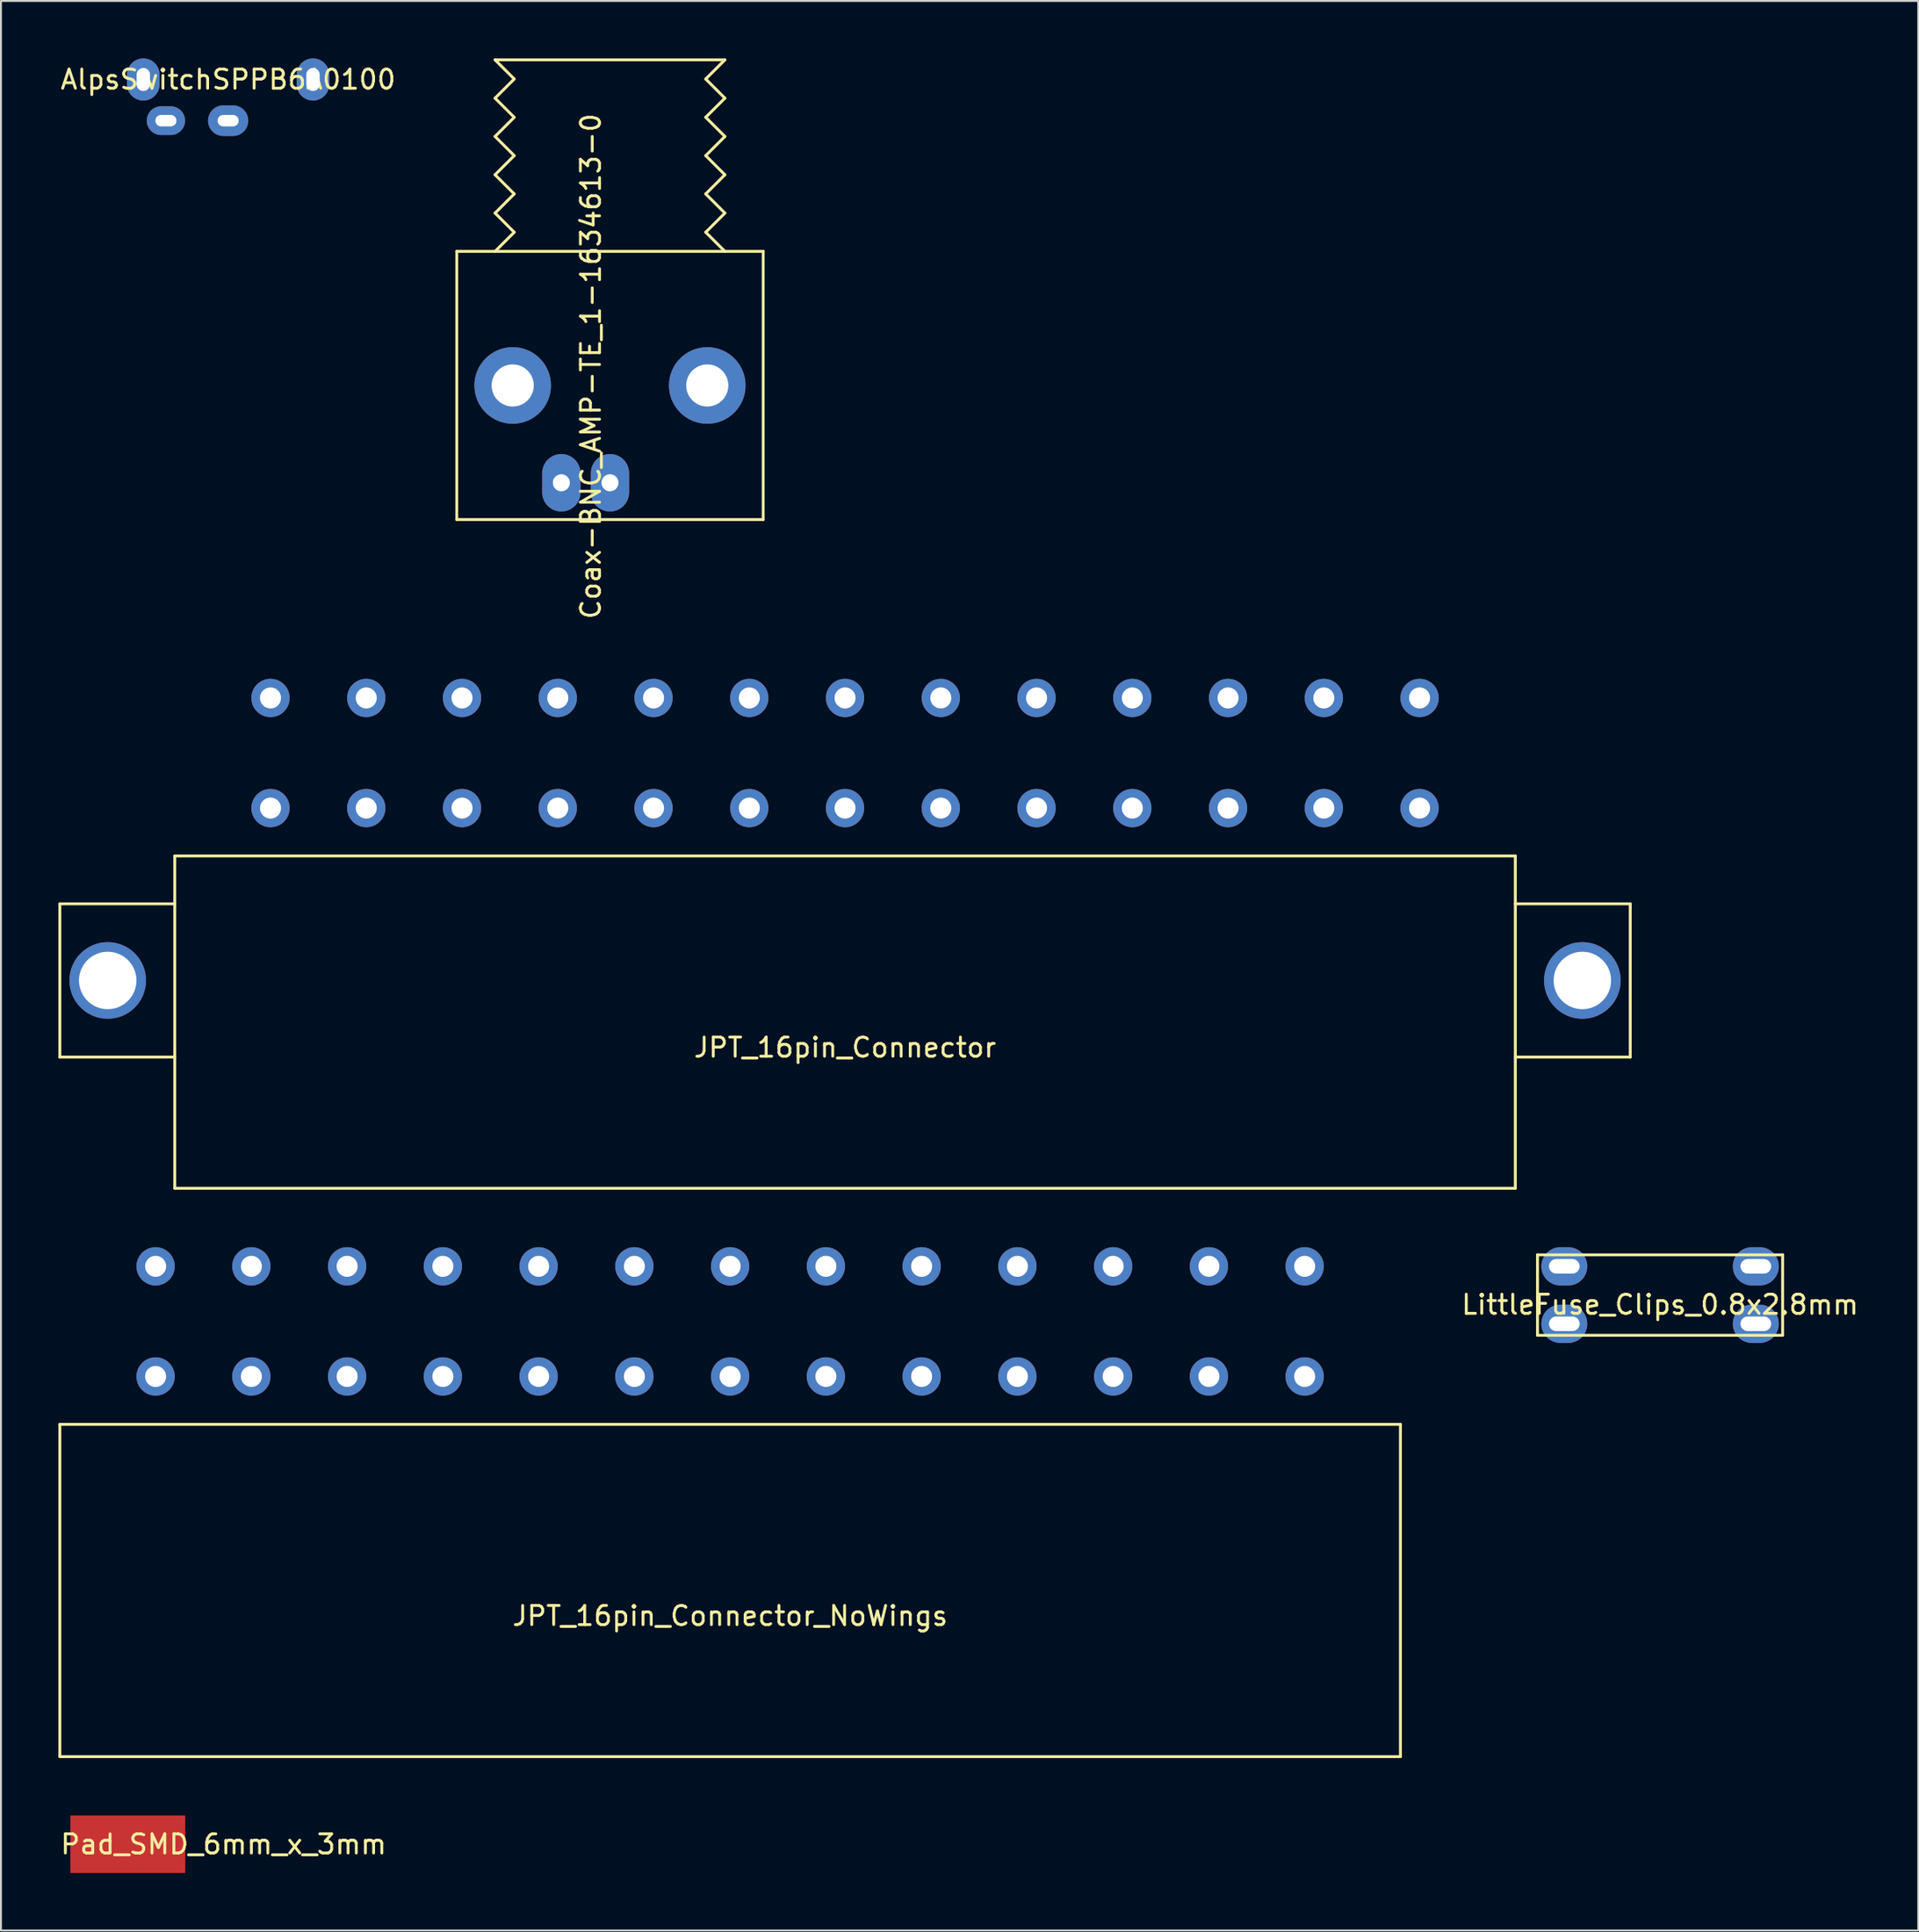
<source format=kicad_pcb>
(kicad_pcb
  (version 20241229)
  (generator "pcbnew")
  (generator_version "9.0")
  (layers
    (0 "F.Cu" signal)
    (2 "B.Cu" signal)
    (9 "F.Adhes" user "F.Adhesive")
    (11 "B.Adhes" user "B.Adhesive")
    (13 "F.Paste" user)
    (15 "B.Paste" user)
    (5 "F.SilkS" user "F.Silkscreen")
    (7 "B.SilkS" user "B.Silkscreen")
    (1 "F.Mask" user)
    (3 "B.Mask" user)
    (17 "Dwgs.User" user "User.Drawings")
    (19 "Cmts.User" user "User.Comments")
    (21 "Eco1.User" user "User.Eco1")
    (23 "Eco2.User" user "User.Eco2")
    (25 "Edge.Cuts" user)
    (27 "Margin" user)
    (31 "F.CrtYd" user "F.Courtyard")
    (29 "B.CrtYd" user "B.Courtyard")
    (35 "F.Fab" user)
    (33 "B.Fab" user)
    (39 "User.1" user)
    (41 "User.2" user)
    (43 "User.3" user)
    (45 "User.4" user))
  (footprint "JPT_16pin_Connector"
    (layer "F.Cu")
    (at 41.075 41.64)
    (property "Reference" "JPT_16pin_Connector" (at 0 10 0) (layer "F.SilkS") (effects (font (size 1 1) (thickness 0.15))))
    (attr through_hole)
    (fp_line (start -41 2.5) (end -41 10.5) (stroke (width 0.15) (type solid)) (layer "F.SilkS"))
    (fp_line (start -41 10.5) (end -35 10.5) (stroke (width 0.15) (type solid)) (layer "F.SilkS"))
    (fp_line (start -35 0) (end -35 17.35) (stroke (width 0.15) (type solid)) (layer "F.SilkS"))
    (fp_line (start -35 2.5) (end -41 2.5) (stroke (width 0.15) (type solid)) (layer "F.SilkS"))
    (fp_line (start -35 17.35) (end 35 17.35) (stroke (width 0.15) (type solid)) (layer "F.SilkS"))
    (fp_line (start 35 0) (end -35 0) (stroke (width 0.15) (type solid)) (layer "F.SilkS"))
    (fp_line (start 35 2.5) (end 41 2.5) (stroke (width 0.15) (type solid)) (layer "F.SilkS"))
    (fp_line (start 35 17.35) (end 35 0) (stroke (width 0.15) (type solid)) (layer "F.SilkS"))
    (fp_line (start 41 2.5) (end 41 10.5) (stroke (width 0.15) (type solid)) (layer "F.SilkS"))
    (fp_line (start 41 10.5) (end 35 10.5) (stroke (width 0.15) (type solid)) (layer "F.SilkS"))
    (pad "1" thru_hole circle (at 30 -2.5) (size 2 2) (drill 1.1) (layers "*.Cu" "*.Mask"))
    (pad "2" thru_hole circle (at 30 -8.25) (size 2 2) (drill 1.1) (layers "*.Cu" "*.Mask"))
    (pad "3" thru_hole circle (at 25 -2.5) (size 2 2) (drill 1.1) (layers "*.Cu" "*.Mask"))
    (pad "4" thru_hole circle (at 25 -8.25) (size 2 2) (drill 1.1) (layers "*.Cu" "*.Mask"))
    (pad "5" thru_hole circle (at 20 -2.5) (size 2 2) (drill 1.1) (layers "*.Cu" "*.Mask"))
    (pad "6" thru_hole circle (at 20 -8.25) (size 2 2) (drill 1.1) (layers "*.Cu" "*.Mask"))
    (pad "7" thru_hole circle (at 15 -2.5) (size 2 2) (drill 1.1) (layers "*.Cu" "*.Mask"))
    (pad "8" thru_hole circle (at 15 -8.25) (size 2 2) (drill 1.1) (layers "*.Cu" "*.Mask"))
    (pad "9" thru_hole circle (at 10 -2.5) (size 2 2) (drill 1.1) (layers "*.Cu" "*.Mask"))
    (pad "10" thru_hole circle (at 10 -8.25) (size 2 2) (drill 1.1) (layers "*.Cu" "*.Mask"))
    (pad "11" thru_hole circle (at 5 -2.5) (size 2 2) (drill 1.1) (layers "*.Cu" "*.Mask"))
    (pad "12" thru_hole circle (at 5 -8.25) (size 2 2) (drill 1.1) (layers "*.Cu" "*.Mask"))
    (pad "13" thru_hole circle (at 0 -2.5) (size 2 2) (drill 1.1) (layers "*.Cu" "*.Mask"))
    (pad "14" thru_hole circle (at 0 -8.25) (size 2 2) (drill 1.1) (layers "*.Cu" "*.Mask"))
    (pad "15" thru_hole circle (at -5 -2.5) (size 2 2) (drill 1.1) (layers "*.Cu" "*.Mask"))
    (pad "16" thru_hole circle (at -5 -8.25) (size 2 2) (drill 1.1) (layers "*.Cu" "*.Mask"))
    (pad "17" thru_hole circle (at -10 -2.5) (size 2 2) (drill 1.1) (layers "*.Cu" "*.Mask"))
    (pad "18" thru_hole circle (at -10 -8.25) (size 2 2) (drill 1.1) (layers "*.Cu" "*.Mask"))
    (pad "19" thru_hole circle (at -15 -2.5) (size 2 2) (drill 1.1) (layers "*.Cu" "*.Mask"))
    (pad "20" thru_hole circle (at -15 -8.25) (size 2 2) (drill 1.1) (layers "*.Cu" "*.Mask"))
    (pad "21" thru_hole circle (at -20 -2.5) (size 2 2) (drill 1.1) (layers "*.Cu" "*.Mask"))
    (pad "22" thru_hole circle (at -20 -8.25) (size 2 2) (drill 1.1) (layers "*.Cu" "*.Mask"))
    (pad "23" thru_hole circle (at -25 -2.5) (size 2 2) (drill 1.1) (layers "*.Cu" "*.Mask"))
    (pad "24" thru_hole circle (at -25 -8.25) (size 2 2) (drill 1.1) (layers "*.Cu" "*.Mask"))
    (pad "25" thru_hole circle (at -30 -2.5) (size 2 2) (drill 1.1) (layers "*.Cu" "*.Mask"))
    (pad "26" thru_hole circle (at -30 -8.25) (size 2 2) (drill 1.1) (layers "*.Cu" "*.Mask"))
    (pad "28" thru_hole circle (at 38.5 6.5) (size 4 4) (drill 3) (layers "*.Cu" "*.Mask"))
    (pad "29" thru_hole circle (at -38.5 6.5) (size 4 4) (drill 3) (layers "*.Cu" "*.Mask")))
  (footprint "LittleFuse_Clips_0.8x2.8mm"
    (layer "F.Cu")
    (at 83.632 64.565)
    (property "Reference" "LittleFuse_Clips_0.8x2.8mm" (at 0 0.5 0) (layer "F.SilkS") (effects (font (size 1 1) (thickness 0.15))))
    (attr through_hole)
    (fp_line (start -6.4 -2.1) (end 6.4 -2.1) (stroke (width 0.15) (type solid)) (layer "F.SilkS"))
    (fp_line (start -6.4 2.1) (end -6.4 -2.1) (stroke (width 0.15) (type solid)) (layer "F.SilkS"))
    (fp_line (start 6.4 -2.1) (end 6.4 2.1) (stroke (width 0.15) (type solid)) (layer "F.SilkS"))
    (fp_line (start 6.4 2.1) (end -6.4 2.1) (stroke (width 0.15) (type solid)) (layer "F.SilkS"))
    (pad "1" thru_hole oval (at -5 -1.5) (size 2.4 2) (drill oval 1.6 0.762) (layers "*.Cu" "*.Mask"))
    (pad "1" thru_hole oval (at -5 1.5) (size 2.4 2) (drill oval 1.6 0.762) (layers "*.Cu" "*.Mask"))
    (pad "2" thru_hole oval (at 5 -1.5) (size 2.4 2) (drill oval 1.6 0.762) (layers "*.Cu" "*.Mask"))
    (pad "2" thru_hole oval (at 5 1.5) (size 2.4 2) (drill oval 1.6 0.762) (layers "*.Cu" "*.Mask")))
  (footprint "JPT_16pin_Connector_NoWings"
    (layer "F.Cu")
    (at 35.075 71.315)
    (property "Reference" "JPT_16pin_Connector_NoWings" (at 0 10 0) (layer "F.SilkS") (effects (font (size 1 1) (thickness 0.15))))
    (attr through_hole)
    (fp_line (start -35 0) (end -35 17.35) (stroke (width 0.15) (type solid)) (layer "F.SilkS"))
    (fp_line (start -35 17.35) (end 35 17.35) (stroke (width 0.15) (type solid)) (layer "F.SilkS"))
    (fp_line (start 35 0) (end -35 0) (stroke (width 0.15) (type solid)) (layer "F.SilkS"))
    (fp_line (start 35 17.35) (end 35 0) (stroke (width 0.15) (type solid)) (layer "F.SilkS"))
    (pad "1" thru_hole circle (at 30 -2.5) (size 2 2) (drill 1.1) (layers "*.Cu" "*.Mask"))
    (pad "2" thru_hole circle (at 30 -8.25) (size 2 2) (drill 1.1) (layers "*.Cu" "*.Mask"))
    (pad "3" thru_hole circle (at 25 -2.5) (size 2 2) (drill 1.1) (layers "*.Cu" "*.Mask"))
    (pad "4" thru_hole circle (at 25 -8.25) (size 2 2) (drill 1.1) (layers "*.Cu" "*.Mask"))
    (pad "5" thru_hole circle (at 20 -2.5) (size 2 2) (drill 1.1) (layers "*.Cu" "*.Mask"))
    (pad "6" thru_hole circle (at 20 -8.25) (size 2 2) (drill 1.1) (layers "*.Cu" "*.Mask"))
    (pad "7" thru_hole circle (at 15 -2.5) (size 2 2) (drill 1.1) (layers "*.Cu" "*.Mask"))
    (pad "8" thru_hole circle (at 15 -8.25) (size 2 2) (drill 1.1) (layers "*.Cu" "*.Mask"))
    (pad "9" thru_hole circle (at 10 -2.5) (size 2 2) (drill 1.1) (layers "*.Cu" "*.Mask"))
    (pad "10" thru_hole circle (at 10 -8.25) (size 2 2) (drill 1.1) (layers "*.Cu" "*.Mask"))
    (pad "11" thru_hole circle (at 5 -2.5) (size 2 2) (drill 1.1) (layers "*.Cu" "*.Mask"))
    (pad "12" thru_hole circle (at 5 -8.25) (size 2 2) (drill 1.1) (layers "*.Cu" "*.Mask"))
    (pad "13" thru_hole circle (at 0 -2.5) (size 2 2) (drill 1.1) (layers "*.Cu" "*.Mask"))
    (pad "14" thru_hole circle (at 0 -8.25) (size 2 2) (drill 1.1) (layers "*.Cu" "*.Mask"))
    (pad "15" thru_hole circle (at -5 -2.5) (size 2 2) (drill 1.1) (layers "*.Cu" "*.Mask"))
    (pad "16" thru_hole circle (at -5 -8.25) (size 2 2) (drill 1.1) (layers "*.Cu" "*.Mask"))
    (pad "17" thru_hole circle (at -10 -2.5) (size 2 2) (drill 1.1) (layers "*.Cu" "*.Mask"))
    (pad "18" thru_hole circle (at -10 -8.25) (size 2 2) (drill 1.1) (layers "*.Cu" "*.Mask"))
    (pad "19" thru_hole circle (at -15 -2.5) (size 2 2) (drill 1.1) (layers "*.Cu" "*.Mask"))
    (pad "20" thru_hole circle (at -15 -8.25) (size 2 2) (drill 1.1) (layers "*.Cu" "*.Mask"))
    (pad "21" thru_hole circle (at -20 -2.5) (size 2 2) (drill 1.1) (layers "*.Cu" "*.Mask"))
    (pad "22" thru_hole circle (at -20 -8.25) (size 2 2) (drill 1.1) (layers "*.Cu" "*.Mask"))
    (pad "23" thru_hole circle (at -25 -2.5) (size 2 2) (drill 1.1) (layers "*.Cu" "*.Mask"))
    (pad "24" thru_hole circle (at -25 -8.25) (size 2 2) (drill 1.1) (layers "*.Cu" "*.Mask"))
    (pad "25" thru_hole circle (at -30 -2.5) (size 2 2) (drill 1.1) (layers "*.Cu" "*.Mask"))
    (pad "26" thru_hole circle (at -30 -8.25) (size 2 2) (drill 1.1) (layers "*.Cu" "*.Mask")))
  (footprint "Pad_SMD_6mm_x_3mm"
    (layer "F.Cu")
    (at 3.625 93.24)
    (property "Reference" "Pad_SMD_6mm_x_3mm" (at 5 0 0) (layer "F.SilkS") (effects (font (size 1 1) (thickness 0.15))))
    (attr through_hole)
    (pad "1" smd rect (at 0 0) (size 6 3) (layers "F.Cu" "F.Mask" "F.Paste")))
  (footprint "AlpsSwitchSPPB6A0100"
    (layer "F.Cu")
    (at 8.863 1.1)
    (property "Reference" "AlpsSwitchSPPB6A0100" (at 0 0 0) (layer "F.SilkS") (effects (font (size 1 1) (thickness 0.15))))
    (attr through_hole)
    (pad "1" thru_hole oval (at 0 2.15) (size 2.1 1.6) (drill oval 1.1 0.6) (layers "*.Cu" "*.Mask"))
    (pad "2" thru_hole oval (at -3.25 2.15) (size 2 1.5) (drill oval 1.1 0.6) (layers "*.Cu" "*.Mask"))
    (pad "3" thru_hole oval (at -4.43 0) (size 1.7 2.2) (drill oval 0.7 1.2) (layers "*.Cu" "*.Mask"))
    (pad "3" thru_hole oval (at 4.43 0) (size 1.7 2.2) (drill oval 0.7 1.2) (layers "*.Cu" "*.Mask")))
  (footprint "Coax-BNC_AMP-TE_1-1634613-0"
    (layer "F.Cu")
    (at 28.801 17.075)
    (property "Reference" "Coax-BNC_AMP-TE_1-1634613-0" (at -1 -1 90) (layer "F.SilkS") (effects (font (size 1 1) (thickness 0.15))))
    (attr through_hole)
    (fp_line (start -8 -7) (end -8 7) (stroke (width 0.15) (type solid)) (layer "F.SilkS"))
    (fp_line (start -8 7) (end 8 7) (stroke (width 0.15) (type solid)) (layer "F.SilkS"))
    (fp_line (start -6 -15) (end -5 -16) (stroke (width 0.15) (type solid)) (layer "F.SilkS"))
    (fp_line (start -6 -13) (end -5 -14) (stroke (width 0.15) (type solid)) (layer "F.SilkS"))
    (fp_line (start -6 -11) (end -5 -12) (stroke (width 0.15) (type solid)) (layer "F.SilkS"))
    (fp_line (start -6 -9) (end -5 -10) (stroke (width 0.15) (type solid)) (layer "F.SilkS"))
    (fp_line (start -6 -7) (end -5 -8) (stroke (width 0.15) (type solid)) (layer "F.SilkS"))
    (fp_line (start -5 -16) (end -6 -17) (stroke (width 0.15) (type solid)) (layer "F.SilkS"))
    (fp_line (start -5 -14) (end -6 -15) (stroke (width 0.15) (type solid)) (layer "F.SilkS"))
    (fp_line (start -5 -12) (end -6 -13) (stroke (width 0.15) (type solid)) (layer "F.SilkS"))
    (fp_line (start -5 -10) (end -6 -11) (stroke (width 0.15) (type solid)) (layer "F.SilkS"))
    (fp_line (start -5 -8) (end -6 -9) (stroke (width 0.15) (type solid)) (layer "F.SilkS"))
    (fp_line (start 5 -16) (end 6 -17) (stroke (width 0.15) (type solid)) (layer "F.SilkS"))
    (fp_line (start 5 -14) (end 6 -15) (stroke (width 0.15) (type solid)) (layer "F.SilkS"))
    (fp_line (start 5 -12) (end 6 -13) (stroke (width 0.15) (type solid)) (layer "F.SilkS"))
    (fp_line (start 5 -10) (end 6 -11) (stroke (width 0.15) (type solid)) (layer "F.SilkS"))
    (fp_line (start 5 -8) (end 6 -9) (stroke (width 0.15) (type solid)) (layer "F.SilkS"))
    (fp_line (start 6 -17) (end -6 -17) (stroke (width 0.15) (type solid)) (layer "F.SilkS"))
    (fp_line (start 6 -15) (end 5 -16) (stroke (width 0.15) (type solid)) (layer "F.SilkS"))
    (fp_line (start 6 -13) (end 5 -14) (stroke (width 0.15) (type solid)) (layer "F.SilkS"))
    (fp_line (start 6 -11) (end 5 -12) (stroke (width 0.15) (type solid)) (layer "F.SilkS"))
    (fp_line (start 6 -9) (end 5 -10) (stroke (width 0.15) (type solid)) (layer "F.SilkS"))
    (fp_line (start 6 -7) (end 5 -8) (stroke (width 0.15) (type solid)) (layer "F.SilkS"))
    (fp_line (start 8 -7) (end -8 -7) (stroke (width 0.15) (type solid)) (layer "F.SilkS"))
    (fp_line (start 8 7) (end 8 -7) (stroke (width 0.15) (type solid)) (layer "F.SilkS"))
    (pad "1" thru_hole oval (at 0 5.08) (size 2 3) (drill 0.89) (layers "*.Cu" "*.Mask"))
    (pad "2" thru_hole oval (at -2.54 5.08) (size 2 3) (drill 0.89) (layers "*.Cu" "*.Mask"))
    (pad "3" thru_hole circle (at -5.08 0) (size 4 4) (drill 2.2) (layers "*.Cu" "*.Mask"))
    (pad "3" thru_hole circle (at 5.08 0) (size 4 4) (drill 2.2) (layers "*.Cu" "*.Mask")))
  (gr_rect
    (start -3 -3)
    (end 97.114 97.74)
    (stroke (width 0.1) (type default))
    (fill no)
    (layer "Edge.Cuts")))
</source>
